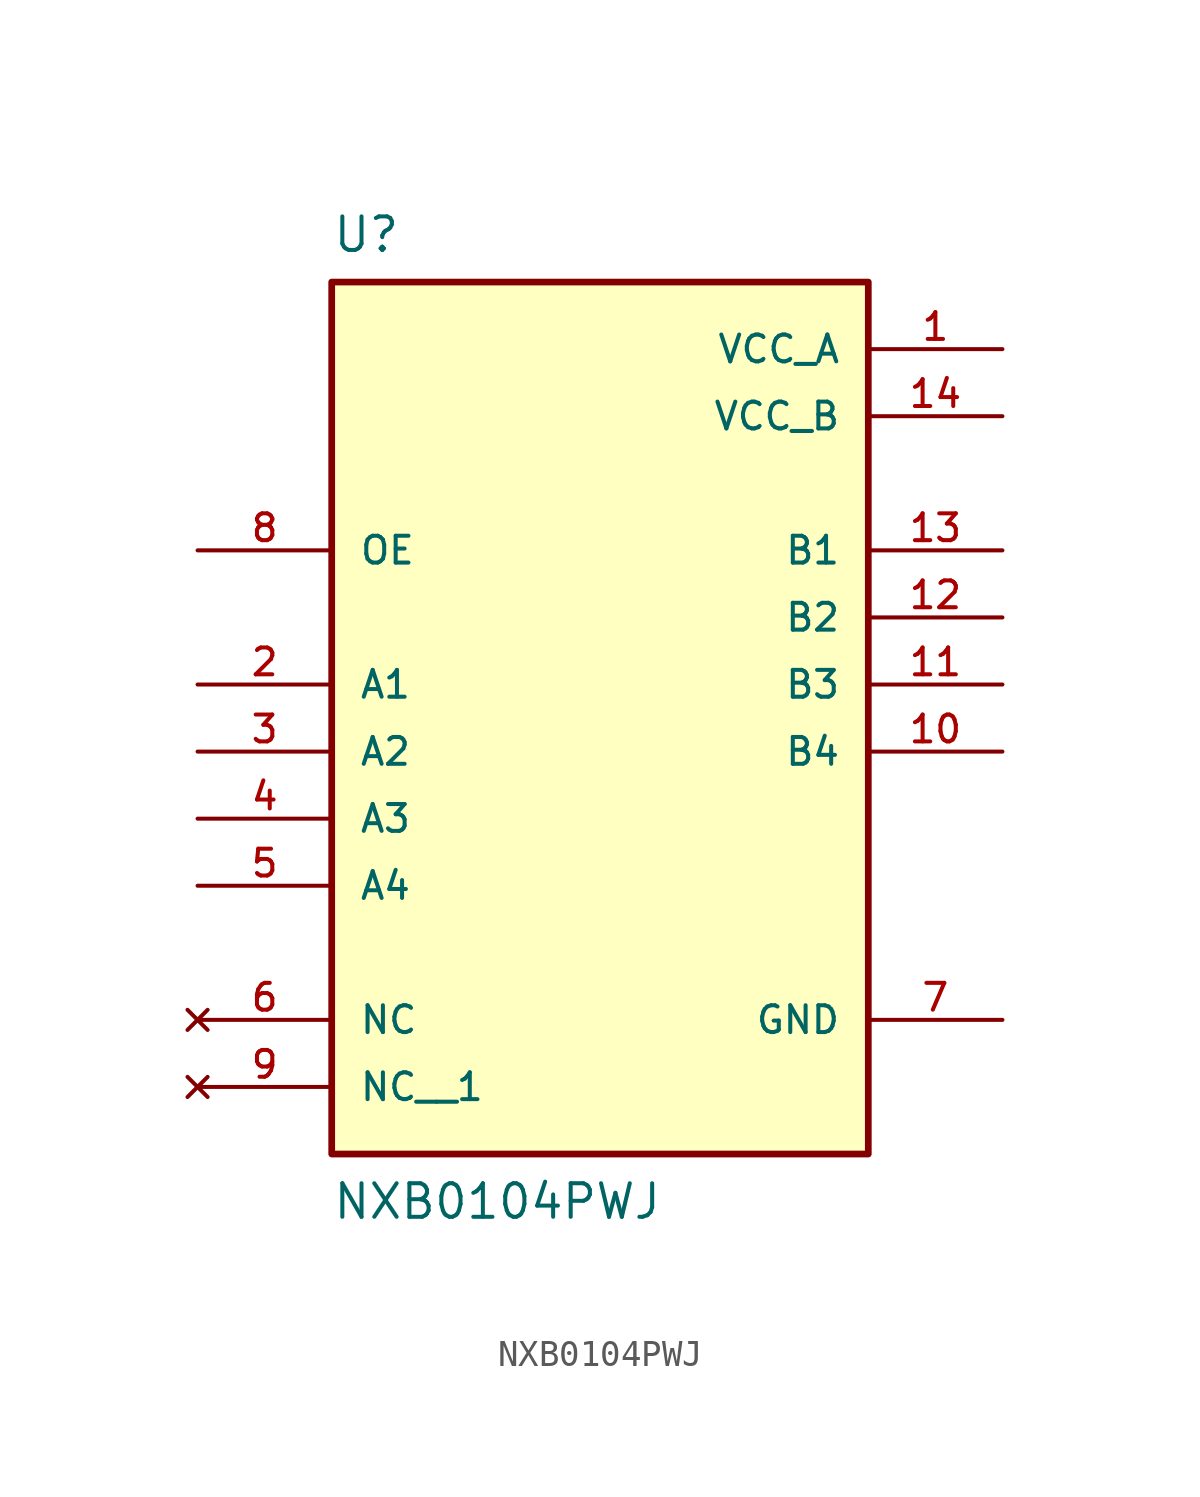
<source format=kicad_sym>
(kicad_symbol_lib
  (version 20211014)
  (generator kicad_symbol_editor)
  (symbol "NXB0104PWJ"
    (pin_names
      (offset 1.016))
    (property "Reference" "U"
      (at -10.16 17.78 0)
      (effects (font (size 1.27 1.27)) (justify top left)))
    (property "Value" "NXB0104PWJ"
      (at -10.16 -20.32 0)
      (effects (font (size 1.27 1.27)) (justify bottom left)))
    (symbol "NXB0104PWJ_0_0"
      (rectangle (start -10.16 -17.78) (end 10.16 15.24) (stroke (width 0.254)) (fill (type background)))
      (pin bidirectional line (at -15.24 0.0 0) (length 5.08) (name "A1" (effects (font (size 1.016 1.016)))) (number "2" (effects (font (size 1.016 1.016)))))
      (pin bidirectional line (at -15.24 -2.54 0) (length 5.08) (name "A2" (effects (font (size 1.016 1.016)))) (number "3" (effects (font (size 1.016 1.016)))))
      (pin bidirectional line (at -15.24 -5.08 0) (length 5.08) (name "A3" (effects (font (size 1.016 1.016)))) (number "4" (effects (font (size 1.016 1.016)))))
      (pin bidirectional line (at -15.24 -7.62 0) (length 5.08) (name "A4" (effects (font (size 1.016 1.016)))) (number "5" (effects (font (size 1.016 1.016)))))
      (pin no_connect line (at -15.24 -12.7 0) (length 5.08) (name "NC" (effects (font (size 1.016 1.016)))) (number "6" (effects (font (size 1.016 1.016)))))
      (pin power_in line (at 15.24 -12.7 180.0) (length 5.08) (name "GND" (effects (font (size 1.016 1.016)))) (number "7" (effects (font (size 1.016 1.016)))))
      (pin input line (at -15.24 5.08 0) (length 5.08) (name "OE" (effects (font (size 1.016 1.016)))) (number "8" (effects (font (size 1.016 1.016)))))
      (pin bidirectional line (at 15.24 -2.54 180.0) (length 5.08) (name "B4" (effects (font (size 1.016 1.016)))) (number "10" (effects (font (size 1.016 1.016)))))
      (pin bidirectional line (at 15.24 0.0 180.0) (length 5.08) (name "B3" (effects (font (size 1.016 1.016)))) (number "11" (effects (font (size 1.016 1.016)))))
      (pin bidirectional line (at 15.24 2.54 180.0) (length 5.08) (name "B2" (effects (font (size 1.016 1.016)))) (number "12" (effects (font (size 1.016 1.016)))))
      (pin bidirectional line (at 15.24 5.08 180.0) (length 5.08) (name "B1" (effects (font (size 1.016 1.016)))) (number "13" (effects (font (size 1.016 1.016)))))
      (pin power_in line (at 15.24 10.16 180.0) (length 5.08) (name "VCC_B" (effects (font (size 1.016 1.016)))) (number "14" (effects (font (size 1.016 1.016)))))
      (pin power_in line (at 15.24 12.7 180.0) (length 5.08) (name "VCC_A" (effects (font (size 1.016 1.016)))) (number "1" (effects (font (size 1.016 1.016)))))
      (pin no_connect line (at -15.24 -15.24 0) (length 5.08) (name "NC__1" (effects (font (size 1.016 1.016)))) (number "9" (effects (font (size 1.016 1.016))))))))
</source>
